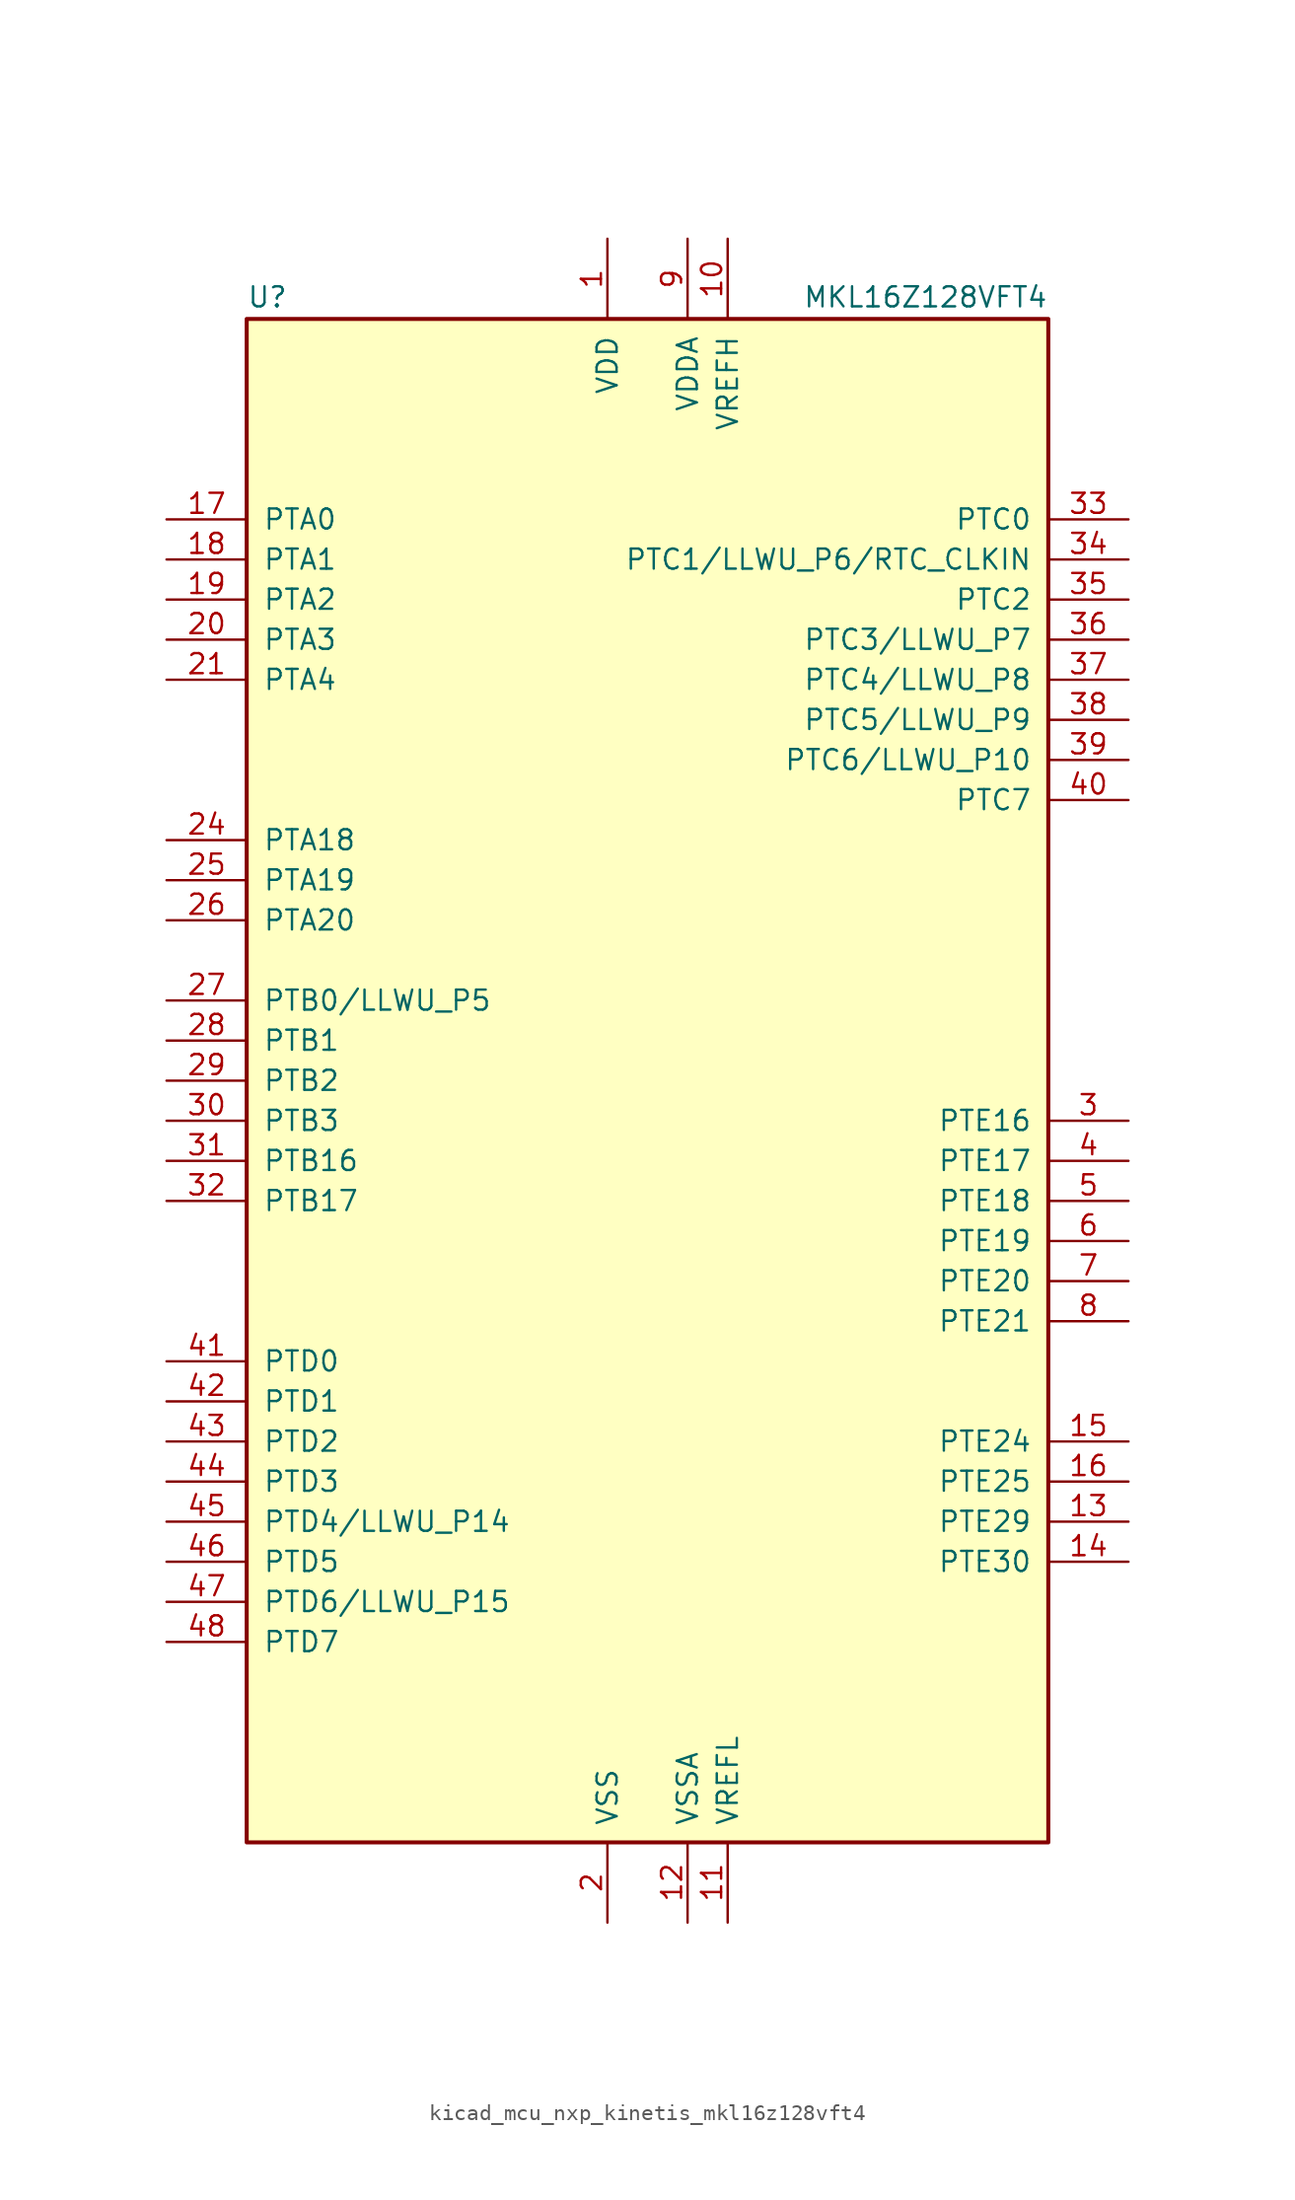
<source format=kicad_sym>
(kicad_symbol_lib
  (version 20220914)
  (generator kicad_symbol_editor)
  (symbol "kicad_mcu_nxp_kinetis_mkl16z128vft4"
    (pin_names
      (offset 1.016))
    (property "Reference" "U"
      (at -25.4 48.895 0)
      (effects (font (size 1.27 1.27)) (justify left bottom)))
    (property "Value" "MKL16Z128VFT4"
      (at 25.4 48.895 0)
      (effects (font (size 1.27 1.27)) (justify right bottom)))
    (symbol "kicad_mcu_nxp_kinetis_mkl16z128vft4_0_1"
      (rectangle (start -25.4 48.26) (end 25.4 -48.26) (stroke (width 0.254) (type default)) (fill (type background))))
    (symbol "kicad_mcu_nxp_kinetis_mkl16z128vft4_1_1"
      (pin power_in line (at -2.54 53.34 270) (length 5.08) (name "VDD" (effects (font (size 1.27 1.27)))) (number "1" (effects (font (size 1.27 1.27)))))
      (pin power_in line (at 5.08 53.34 270) (length 5.08) (name "VREFH" (effects (font (size 1.27 1.27)))) (number "10" (effects (font (size 1.27 1.27)))))
      (pin power_in line (at 5.08 -53.34 90) (length 5.08) (name "VREFL" (effects (font (size 1.27 1.27)))) (number "11" (effects (font (size 1.27 1.27)))))
      (pin power_in line (at 2.54 -53.34 90) (length 5.08) (name "VSSA" (effects (font (size 1.27 1.27)))) (number "12" (effects (font (size 1.27 1.27)))))
      (pin bidirectional line (at 30.48 -27.94 180) (length 5.08) (name "PTE29" (effects (font (size 1.27 1.27)))) (number "13" (effects (font (size 1.27 1.27)))))
      (pin bidirectional line (at 30.48 -30.48 180) (length 5.08) (name "PTE30" (effects (font (size 1.27 1.27)))) (number "14" (effects (font (size 1.27 1.27)))))
      (pin bidirectional line (at 30.48 -22.86 180) (length 5.08) (name "PTE24" (effects (font (size 1.27 1.27)))) (number "15" (effects (font (size 1.27 1.27)))))
      (pin bidirectional line (at 30.48 -25.4 180) (length 5.08) (name "PTE25" (effects (font (size 1.27 1.27)))) (number "16" (effects (font (size 1.27 1.27)))))
      (pin bidirectional line (at -30.48 35.56 0) (length 5.08) (name "PTA0" (effects (font (size 1.27 1.27)))) (number "17" (effects (font (size 1.27 1.27)))))
      (pin bidirectional line (at -30.48 33.02 0) (length 5.08) (name "PTA1" (effects (font (size 1.27 1.27)))) (number "18" (effects (font (size 1.27 1.27)))))
      (pin bidirectional line (at -30.48 30.48 0) (length 5.08) (name "PTA2" (effects (font (size 1.27 1.27)))) (number "19" (effects (font (size 1.27 1.27)))))
      (pin power_in line (at -2.54 -53.34 90) (length 5.08) (name "VSS" (effects (font (size 1.27 1.27)))) (number "2" (effects (font (size 1.27 1.27)))))
      (pin bidirectional line (at -30.48 27.94 0) (length 5.08) (name "PTA3" (effects (font (size 1.27 1.27)))) (number "20" (effects (font (size 1.27 1.27)))))
      (pin bidirectional line (at -30.48 25.4 0) (length 5.08) (name "PTA4" (effects (font (size 1.27 1.27)))) (number "21" (effects (font (size 1.27 1.27)))))
      (pin passive line (at -2.54 53.34 270) (length 5.08) hide (name "VDD" (effects (font (size 1.27 1.27)))) (number "22" (effects (font (size 1.27 1.27)))))
      (pin passive line (at -2.54 -53.34 90) (length 5.08) hide (name "VSS" (effects (font (size 1.27 1.27)))) (number "23" (effects (font (size 1.27 1.27)))))
      (pin bidirectional line (at -30.48 15.24 0) (length 5.08) (name "PTA18" (effects (font (size 1.27 1.27)))) (number "24" (effects (font (size 1.27 1.27)))))
      (pin bidirectional line (at -30.48 12.7 0) (length 5.08) (name "PTA19" (effects (font (size 1.27 1.27)))) (number "25" (effects (font (size 1.27 1.27)))))
      (pin bidirectional line (at -30.48 10.16 0) (length 5.08) (name "PTA20" (effects (font (size 1.27 1.27)))) (number "26" (effects (font (size 1.27 1.27)))))
      (pin bidirectional line (at -30.48 5.08 0) (length 5.08) (name "PTB0/LLWU_P5" (effects (font (size 1.27 1.27)))) (number "27" (effects (font (size 1.27 1.27)))))
      (pin bidirectional line (at -30.48 2.54 0) (length 5.08) (name "PTB1" (effects (font (size 1.27 1.27)))) (number "28" (effects (font (size 1.27 1.27)))))
      (pin bidirectional line (at -30.48 0 0) (length 5.08) (name "PTB2" (effects (font (size 1.27 1.27)))) (number "29" (effects (font (size 1.27 1.27)))))
      (pin bidirectional line (at 30.48 -2.54 180) (length 5.08) (name "PTE16" (effects (font (size 1.27 1.27)))) (number "3" (effects (font (size 1.27 1.27)))))
      (pin bidirectional line (at -30.48 -2.54 0) (length 5.08) (name "PTB3" (effects (font (size 1.27 1.27)))) (number "30" (effects (font (size 1.27 1.27)))))
      (pin bidirectional line (at -30.48 -5.08 0) (length 5.08) (name "PTB16" (effects (font (size 1.27 1.27)))) (number "31" (effects (font (size 1.27 1.27)))))
      (pin bidirectional line (at -30.48 -7.62 0) (length 5.08) (name "PTB17" (effects (font (size 1.27 1.27)))) (number "32" (effects (font (size 1.27 1.27)))))
      (pin bidirectional line (at 30.48 35.56 180) (length 5.08) (name "PTC0" (effects (font (size 1.27 1.27)))) (number "33" (effects (font (size 1.27 1.27)))))
      (pin bidirectional line (at 30.48 33.02 180) (length 5.08) (name "PTC1/LLWU_P6/RTC_CLKIN" (effects (font (size 1.27 1.27)))) (number "34" (effects (font (size 1.27 1.27)))))
      (pin bidirectional line (at 30.48 30.48 180) (length 5.08) (name "PTC2" (effects (font (size 1.27 1.27)))) (number "35" (effects (font (size 1.27 1.27)))))
      (pin bidirectional line (at 30.48 27.94 180) (length 5.08) (name "PTC3/LLWU_P7" (effects (font (size 1.27 1.27)))) (number "36" (effects (font (size 1.27 1.27)))))
      (pin bidirectional line (at 30.48 25.4 180) (length 5.08) (name "PTC4/LLWU_P8" (effects (font (size 1.27 1.27)))) (number "37" (effects (font (size 1.27 1.27)))))
      (pin bidirectional line (at 30.48 22.86 180) (length 5.08) (name "PTC5/LLWU_P9" (effects (font (size 1.27 1.27)))) (number "38" (effects (font (size 1.27 1.27)))))
      (pin bidirectional line (at 30.48 20.32 180) (length 5.08) (name "PTC6/LLWU_P10" (effects (font (size 1.27 1.27)))) (number "39" (effects (font (size 1.27 1.27)))))
      (pin bidirectional line (at 30.48 -5.08 180) (length 5.08) (name "PTE17" (effects (font (size 1.27 1.27)))) (number "4" (effects (font (size 1.27 1.27)))))
      (pin bidirectional line (at 30.48 17.78 180) (length 5.08) (name "PTC7" (effects (font (size 1.27 1.27)))) (number "40" (effects (font (size 1.27 1.27)))))
      (pin bidirectional line (at -30.48 -17.78 0) (length 5.08) (name "PTD0" (effects (font (size 1.27 1.27)))) (number "41" (effects (font (size 1.27 1.27)))))
      (pin bidirectional line (at -30.48 -20.32 0) (length 5.08) (name "PTD1" (effects (font (size 1.27 1.27)))) (number "42" (effects (font (size 1.27 1.27)))))
      (pin bidirectional line (at -30.48 -22.86 0) (length 5.08) (name "PTD2" (effects (font (size 1.27 1.27)))) (number "43" (effects (font (size 1.27 1.27)))))
      (pin bidirectional line (at -30.48 -25.4 0) (length 5.08) (name "PTD3" (effects (font (size 1.27 1.27)))) (number "44" (effects (font (size 1.27 1.27)))))
      (pin bidirectional line (at -30.48 -27.94 0) (length 5.08) (name "PTD4/LLWU_P14" (effects (font (size 1.27 1.27)))) (number "45" (effects (font (size 1.27 1.27)))))
      (pin bidirectional line (at -30.48 -30.48 0) (length 5.08) (name "PTD5" (effects (font (size 1.27 1.27)))) (number "46" (effects (font (size 1.27 1.27)))))
      (pin bidirectional line (at -30.48 -33.02 0) (length 5.08) (name "PTD6/LLWU_P15" (effects (font (size 1.27 1.27)))) (number "47" (effects (font (size 1.27 1.27)))))
      (pin bidirectional line (at -30.48 -35.56 0) (length 5.08) (name "PTD7" (effects (font (size 1.27 1.27)))) (number "48" (effects (font (size 1.27 1.27)))))
      (pin bidirectional line (at 30.48 -7.62 180) (length 5.08) (name "PTE18" (effects (font (size 1.27 1.27)))) (number "5" (effects (font (size 1.27 1.27)))))
      (pin bidirectional line (at 30.48 -10.16 180) (length 5.08) (name "PTE19" (effects (font (size 1.27 1.27)))) (number "6" (effects (font (size 1.27 1.27)))))
      (pin bidirectional line (at 30.48 -12.7 180) (length 5.08) (name "PTE20" (effects (font (size 1.27 1.27)))) (number "7" (effects (font (size 1.27 1.27)))))
      (pin bidirectional line (at 30.48 -15.24 180) (length 5.08) (name "PTE21" (effects (font (size 1.27 1.27)))) (number "8" (effects (font (size 1.27 1.27)))))
      (pin power_in line (at 2.54 53.34 270) (length 5.08) (name "VDDA" (effects (font (size 1.27 1.27)))) (number "9" (effects (font (size 1.27 1.27))))))))
</source>
